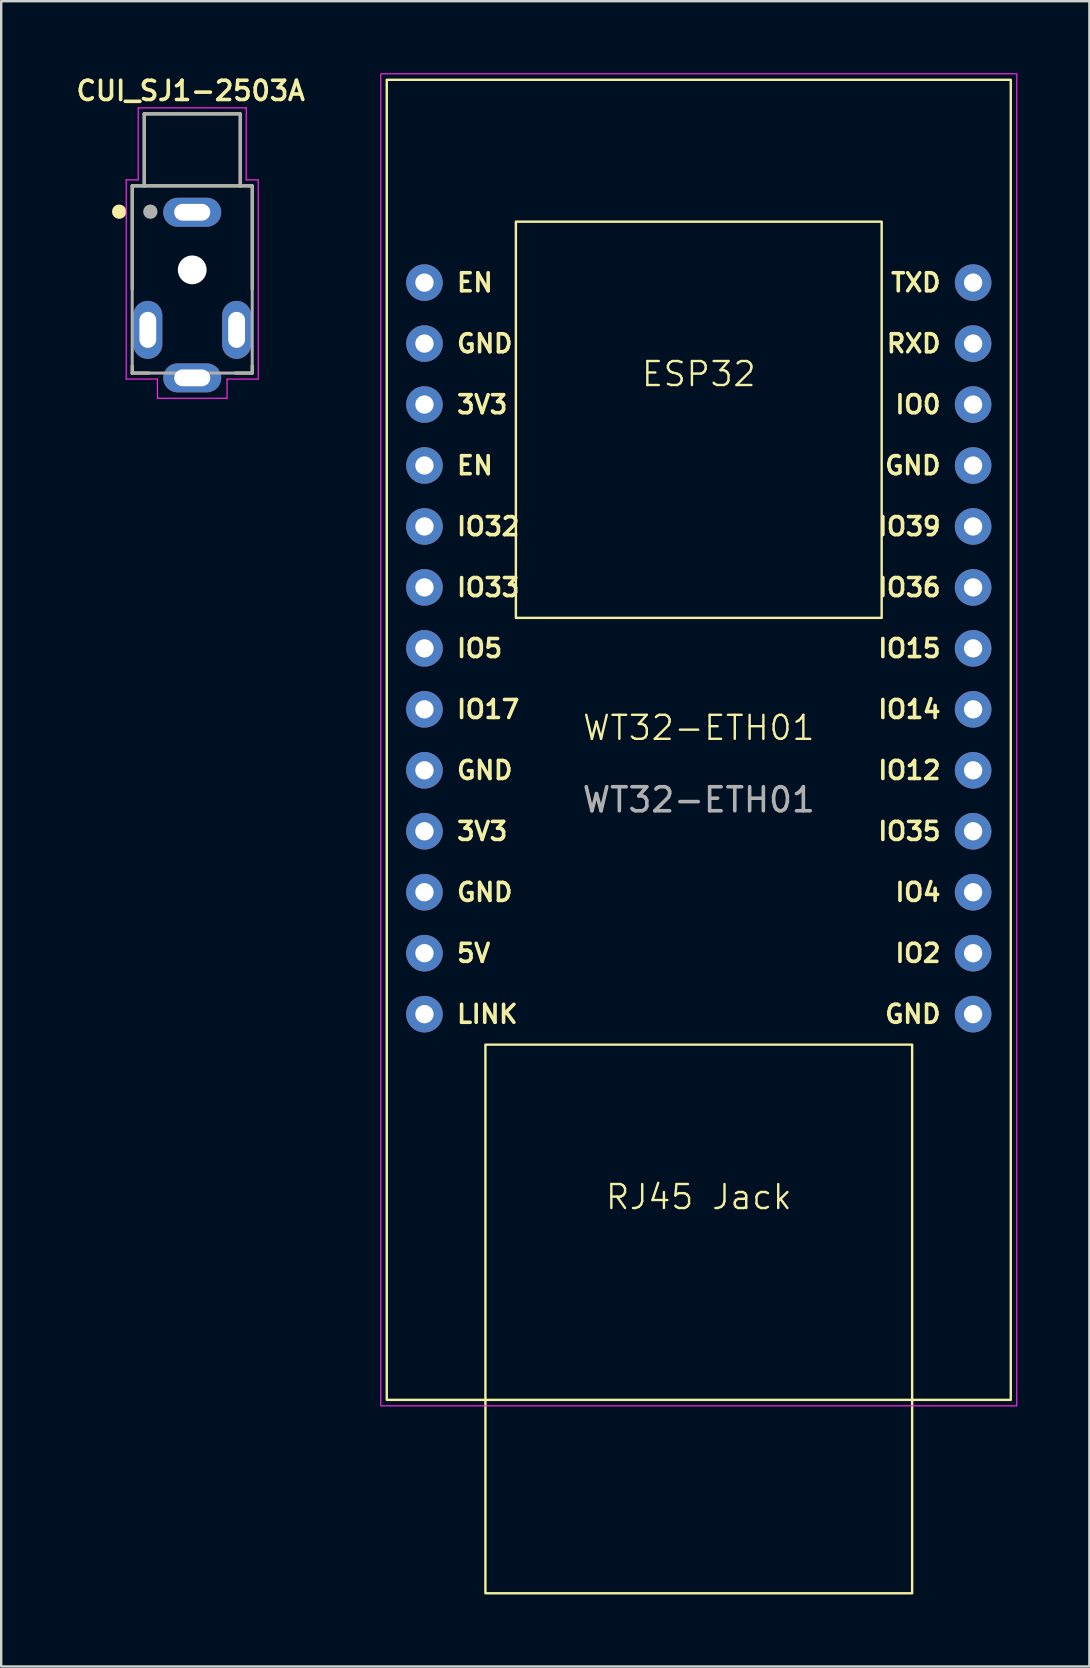
<source format=kicad_pcb>
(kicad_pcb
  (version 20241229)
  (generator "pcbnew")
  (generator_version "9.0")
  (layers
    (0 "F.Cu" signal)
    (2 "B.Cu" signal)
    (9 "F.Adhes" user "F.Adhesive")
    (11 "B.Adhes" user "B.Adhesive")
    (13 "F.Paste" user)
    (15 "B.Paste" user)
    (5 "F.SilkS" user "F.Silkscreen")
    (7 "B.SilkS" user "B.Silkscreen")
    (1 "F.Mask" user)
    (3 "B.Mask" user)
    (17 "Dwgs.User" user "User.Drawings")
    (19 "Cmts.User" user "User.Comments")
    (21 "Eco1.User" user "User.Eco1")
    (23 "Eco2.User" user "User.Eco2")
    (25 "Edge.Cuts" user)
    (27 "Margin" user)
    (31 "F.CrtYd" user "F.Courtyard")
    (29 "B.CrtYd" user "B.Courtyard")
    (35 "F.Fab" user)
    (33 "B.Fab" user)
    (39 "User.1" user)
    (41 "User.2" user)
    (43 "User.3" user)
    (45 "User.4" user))
  (footprint "CUI_SJ1-2503A"
    (layer "F.Cu")
    (at 4.959 5.794)
    (property "Reference" "CUI_SJ1-2503A" (at -0.064 -5.062 0) (layer "F.SilkS") (effects (font (size 0.801 0.801) (thickness 0.15))))
    (attr through_hole)
    (fp_line (start -2.5 -1.1) (end -2 -1.1) (stroke (width 0.127) (type solid)) (layer "F.SilkS"))
    (fp_line (start -2.5 3.2) (end -2.5 -1.1) (stroke (width 0.127) (type solid)) (layer "F.SilkS"))
    (fp_line (start -2.5 6.7) (end -2.5 6.4) (stroke (width 0.127) (type solid)) (layer "F.SilkS"))
    (fp_line (start -2 -4.1) (end -2 -1.1) (stroke (width 0.127) (type solid)) (layer "F.SilkS"))
    (fp_line (start -2 -1.1) (end 2 -1.1) (stroke (width 0.127) (type solid)) (layer "F.SilkS"))
    (fp_line (start -1.8 6.7) (end -2.5 6.7) (stroke (width 0.127) (type solid)) (layer "F.SilkS"))
    (fp_line (start 1.8 6.7) (end 2.5 6.7) (stroke (width 0.127) (type solid)) (layer "F.SilkS"))
    (fp_line (start 2 -4.1) (end -2 -4.1) (stroke (width 0.127) (type solid)) (layer "F.SilkS"))
    (fp_line (start 2 -1.1) (end 2 -4.1) (stroke (width 0.127) (type solid)) (layer "F.SilkS"))
    (fp_line (start 2 -1.1) (end 2.5 -1.1) (stroke (width 0.127) (type solid)) (layer "F.SilkS"))
    (fp_line (start 2.5 -1.1) (end 2.5 3.2) (stroke (width 0.127) (type solid)) (layer "F.SilkS"))
    (fp_line (start 2.5 6.7) (end 2.5 6.4) (stroke (width 0.127) (type solid)) (layer "F.SilkS"))
    (fp_circle (center -3.044 -0.024) (end -2.894 -0.024) (stroke (width 0.3) (type solid)) (fill no) (layer "F.SilkS"))
    (fp_line (start -2.75 -1.35) (end -2.75 6.95) (stroke (width 0.05) (type solid)) (layer "F.CrtYd"))
    (fp_line (start -2.75 6.95) (end -1.45 6.95) (stroke (width 0.05) (type solid)) (layer "F.CrtYd"))
    (fp_line (start -2.25 -4.35) (end -2.25 -1.35) (stroke (width 0.05) (type solid)) (layer "F.CrtYd"))
    (fp_line (start -2.25 -1.35) (end -2.75 -1.35) (stroke (width 0.05) (type solid)) (layer "F.CrtYd"))
    (fp_line (start -1.45 6.95) (end -1.45 7.75) (stroke (width 0.05) (type solid)) (layer "F.CrtYd"))
    (fp_line (start -1.45 7.75) (end 1.45 7.75) (stroke (width 0.05) (type solid)) (layer "F.CrtYd"))
    (fp_line (start 1.45 6.95) (end 2.75 6.95) (stroke (width 0.05) (type solid)) (layer "F.CrtYd"))
    (fp_line (start 1.45 7.75) (end 1.45 6.95) (stroke (width 0.05) (type solid)) (layer "F.CrtYd"))
    (fp_line (start 2.25 -4.35) (end -2.25 -4.35) (stroke (width 0.05) (type solid)) (layer "F.CrtYd"))
    (fp_line (start 2.25 -1.35) (end 2.25 -4.35) (stroke (width 0.05) (type solid)) (layer "F.CrtYd"))
    (fp_line (start 2.75 -1.35) (end 2.25 -1.35) (stroke (width 0.05) (type solid)) (layer "F.CrtYd"))
    (fp_line (start 2.75 6.95) (end 2.75 -1.35) (stroke (width 0.05) (type solid)) (layer "F.CrtYd"))
    (fp_line (start -2.5 -1.1) (end -2 -1.1) (stroke (width 0.127) (type solid)) (layer "F.Fab"))
    (fp_line (start -2.5 6.7) (end -2.5 -1.1) (stroke (width 0.127) (type solid)) (layer "F.Fab"))
    (fp_line (start -2 -4.1) (end -2 -1.1) (stroke (width 0.127) (type solid)) (layer "F.Fab"))
    (fp_line (start -2 -1.1) (end 2 -1.1) (stroke (width 0.127) (type solid)) (layer "F.Fab"))
    (fp_line (start 2 -4.1) (end -2 -4.1) (stroke (width 0.127) (type solid)) (layer "F.Fab"))
    (fp_line (start 2 -1.1) (end 2 -4.1) (stroke (width 0.127) (type solid)) (layer "F.Fab"))
    (fp_line (start 2 -1.1) (end 2.5 -1.1) (stroke (width 0.127) (type solid)) (layer "F.Fab"))
    (fp_line (start 2.5 -1.1) (end 2.5 6.7) (stroke (width 0.127) (type solid)) (layer "F.Fab"))
    (fp_line (start 2.5 6.7) (end -2.5 6.7) (stroke (width 0.127) (type solid)) (layer "F.Fab"))
    (fp_circle (center -1.744 -0.024) (end -1.594 -0.024) (stroke (width 0.3) (type solid)) (fill no) (layer "F.Fab"))
    (pad "" np_thru_hole circle (at 0 2.4) (size 1.2 1.2) (drill 1.2) (layers "*.Cu" "*.Mask"))
    (pad "1" thru_hole oval (at 0 0) (size 2.416 1.208) (drill oval 1.5 0.7) (layers "*.Cu" "*.Mask"))
    (pad "2" thru_hole oval (at -1.85 4.9) (size 1.208 2.416) (drill oval 0.7 1.5) (layers "*.Cu" "*.Mask"))
    (pad "3" thru_hole oval (at 1.85 4.9) (size 1.208 2.416) (drill oval 0.7 1.5) (layers "*.Cu" "*.Mask"))
    (pad "4" thru_hole oval (at 0 6.9) (size 2.416 1.208) (drill oval 1.5 0.7) (layers "*.Cu" "*.Mask")))
  (footprint "WT32-ETH01"
    (layer "F.Cu")
    (at 26.065 27.775)
    (property "Reference" "WT32-ETH01" (at 0 -0.5 0) (unlocked yes) (layer "F.SilkS") (effects (font (size 1 1) (thickness 0.1))))
    (attr through_hole)
    (fp_rect (start -13 -27.5) (end 13 27.5) (stroke (width 0.1) (type default)) (fill no) (layer "F.SilkS"))
    (fp_rect (start -8.89 12.7) (end 8.89 35.56) (stroke (width 0.1) (type default)) (fill no) (layer "F.SilkS"))
    (fp_rect (start -7.62 -21.59) (end 7.62 -5.08) (stroke (width 0.1) (type default)) (fill no) (layer "F.SilkS"))
    (fp_rect (start -13.25 -27.75) (end 13.25 27.75) (stroke (width 0.05) (type default)) (fill no) (layer "F.CrtYd"))
    (fp_text user "IO12" (at 10.16 1.27 0) (unlocked yes) (layer "F.SilkS") (effects (font (size 0.75 0.75) (thickness 0.15) (bold yes)) (justify right)))
    (fp_text user "IO14" (at 10.16 -1.27 0) (unlocked yes) (layer "F.SilkS") (effects (font (size 0.75 0.75) (thickness 0.15) (bold yes)) (justify right)))
    (fp_text user "IO32" (at -10.16 -8.89 0) (unlocked yes) (layer "F.SilkS") (effects (font (size 0.75 0.75) (thickness 0.15) (bold yes)) (justify left)))
    (fp_text user "RXD" (at 10.16 -16.51 0) (unlocked yes) (layer "F.SilkS") (effects (font (size 0.75 0.75) (thickness 0.15) (bold yes)) (justify right)))
    (fp_text user "EN" (at -10.16 -11.43 0) (unlocked yes) (layer "F.SilkS") (effects (font (size 0.75 0.75) (thickness 0.15) (bold yes)) (justify left)))
    (fp_text user "GND" (at 10.16 11.43 0) (unlocked yes) (layer "F.SilkS") (effects (font (size 0.75 0.75) (thickness 0.15) (bold yes)) (justify right)))
    (fp_text user "RJ45 Jack" (at 0 19.05 0) (unlocked yes) (layer "F.SilkS") (effects (font (size 1 1) (thickness 0.1))))
    (fp_text user "ESP32" (at 0 -15.24 0) (unlocked yes) (layer "F.SilkS") (effects (font (size 1 1) (thickness 0.1))))
    (fp_text user "EN" (at -10.16 -19.05 0) (unlocked yes) (layer "F.SilkS") (effects (font (size 0.75 0.75) (thickness 0.15) (bold yes)) (justify left)))
    (fp_text user "GND" (at -10.16 1.27 0) (unlocked yes) (layer "F.SilkS") (effects (font (size 0.75 0.75) (thickness 0.15) (bold yes)) (justify left)))
    (fp_text user "LINK" (at -10.16 11.43 0) (unlocked yes) (layer "F.SilkS") (effects (font (size 0.75 0.75) (thickness 0.15) (bold yes)) (justify left)))
    (fp_text user "IO4" (at 10.16 6.35 0) (unlocked yes) (layer "F.SilkS") (effects (font (size 0.75 0.75) (thickness 0.15) (bold yes)) (justify right)))
    (fp_text user "3V3" (at -10.16 -13.97 0) (unlocked yes) (layer "F.SilkS") (effects (font (size 0.75 0.75) (thickness 0.15) (bold yes)) (justify left)))
    (fp_text user "GND" (at -10.16 6.35 0) (unlocked yes) (layer "F.SilkS") (effects (font (size 0.75 0.75) (thickness 0.15) (bold yes)) (justify left)))
    (fp_text user "IO39" (at 10.16 -8.89 0) (unlocked yes) (layer "F.SilkS") (effects (font (size 0.75 0.75) (thickness 0.15) (bold yes)) (justify right)))
    (fp_text user "3V3" (at -10.16 3.81 0) (unlocked yes) (layer "F.SilkS") (effects (font (size 0.75 0.75) (thickness 0.15) (bold yes)) (justify left)))
    (fp_text user "IO35" (at 10.16 3.81 0) (unlocked yes) (layer "F.SilkS") (effects (font (size 0.75 0.75) (thickness 0.15) (bold yes)) (justify right)))
    (fp_text user "IO33" (at -10.16 -6.35 0) (unlocked yes) (layer "F.SilkS") (effects (font (size 0.75 0.75) (thickness 0.15) (bold yes)) (justify left)))
    (fp_text user "IO2" (at 10.16 8.89 0) (unlocked yes) (layer "F.SilkS") (effects (font (size 0.75 0.75) (thickness 0.15) (bold yes)) (justify right)))
    (fp_text user "IO5" (at -10.16 -3.81 0) (unlocked yes) (layer "F.SilkS") (effects (font (size 0.75 0.75) (thickness 0.15) (bold yes)) (justify left)))
    (fp_text user "IO15" (at 10.16 -3.81 0) (unlocked yes) (layer "F.SilkS") (effects (font (size 0.75 0.75) (thickness 0.15) (bold yes)) (justify right)))
    (fp_text user "IO36" (at 10.16 -6.35 0) (unlocked yes) (layer "F.SilkS") (effects (font (size 0.75 0.75) (thickness 0.15) (bold yes)) (justify right)))
    (fp_text user "GND" (at 10.16 -11.43 0) (unlocked yes) (layer "F.SilkS") (effects (font (size 0.75 0.75) (thickness 0.15) (bold yes)) (justify right)))
    (fp_text user "GND" (at -10.16 -16.51 0) (unlocked yes) (layer "F.SilkS") (effects (font (size 0.75 0.75) (thickness 0.15) (bold yes)) (justify left)))
    (fp_text user "5V" (at -10.16 8.89 0) (unlocked yes) (layer "F.SilkS") (effects (font (size 0.75 0.75) (thickness 0.15) (bold yes)) (justify left)))
    (fp_text user "IO0" (at 10.16 -13.97 0) (unlocked yes) (layer "F.SilkS") (effects (font (size 0.75 0.75) (thickness 0.15) (bold yes)) (justify right)))
    (fp_text user "TXD" (at 10.16 -19.05 0) (unlocked yes) (layer "F.SilkS") (effects (font (size 0.75 0.75) (thickness 0.15) (bold yes)) (justify right)))
    (fp_text user "IO17" (at -10.16 -1.27 0) (unlocked yes) (layer "F.SilkS") (effects (font (size 0.75 0.75) (thickness 0.15) (bold yes)) (justify left)))
    (fp_text user "${REFERENCE}" (at 0 2.5 0) (unlocked yes) (layer "F.Fab") (effects (font (size 1 1) (thickness 0.15))))
    (pad "1" thru_hole circle (at -11.43 -19.05) (size 1.524 1.524) (drill 0.762) (layers "*.Cu" "*.Mask"))
    (pad "2" thru_hole circle (at -11.43 -16.51) (size 1.524 1.524) (drill 0.762) (layers "*.Cu" "*.Mask"))
    (pad "3" thru_hole circle (at -11.43 -13.97) (size 1.524 1.524) (drill 0.762) (layers "*.Cu" "*.Mask"))
    (pad "4" thru_hole circle (at -11.43 -11.43) (size 1.524 1.524) (drill 0.762) (layers "*.Cu" "*.Mask"))
    (pad "5" thru_hole circle (at -11.43 -8.89) (size 1.524 1.524) (drill 0.762) (layers "*.Cu" "*.Mask"))
    (pad "6" thru_hole circle (at -11.43 -6.35) (size 1.524 1.524) (drill 0.762) (layers "*.Cu" "*.Mask"))
    (pad "7" thru_hole circle (at -11.43 -3.81) (size 1.524 1.524) (drill 0.762) (layers "*.Cu" "*.Mask"))
    (pad "8" thru_hole circle (at -11.43 -1.27) (size 1.524 1.524) (drill 0.762) (layers "*.Cu" "*.Mask"))
    (pad "9" thru_hole circle (at -11.43 1.27) (size 1.524 1.524) (drill 0.762) (layers "*.Cu" "*.Mask"))
    (pad "10" thru_hole circle (at -11.43 3.81) (size 1.524 1.524) (drill 0.762) (layers "*.Cu" "*.Mask"))
    (pad "11" thru_hole circle (at -11.43 6.35) (size 1.524 1.524) (drill 0.762) (layers "*.Cu" "*.Mask"))
    (pad "12" thru_hole circle (at -11.43 8.89) (size 1.524 1.524) (drill 0.762) (layers "*.Cu" "*.Mask"))
    (pad "13" thru_hole circle (at -11.43 11.43) (size 1.524 1.524) (drill 0.762) (layers "*.Cu" "*.Mask"))
    (pad "14" thru_hole circle (at 11.43 11.43) (size 1.524 1.524) (drill 0.762) (layers "*.Cu" "*.Mask"))
    (pad "15" thru_hole circle (at 11.43 8.89) (size 1.524 1.524) (drill 0.762) (layers "*.Cu" "*.Mask"))
    (pad "16" thru_hole circle (at 11.43 6.35) (size 1.524 1.524) (drill 0.762) (layers "*.Cu" "*.Mask"))
    (pad "17" thru_hole circle (at 11.43 3.81) (size 1.524 1.524) (drill 0.762) (layers "*.Cu" "*.Mask"))
    (pad "18" thru_hole circle (at 11.43 1.27) (size 1.524 1.524) (drill 0.762) (layers "*.Cu" "*.Mask"))
    (pad "19" thru_hole circle (at 11.43 -1.27) (size 1.524 1.524) (drill 0.762) (layers "*.Cu" "*.Mask"))
    (pad "20" thru_hole circle (at 11.43 -3.81) (size 1.524 1.524) (drill 0.762) (layers "*.Cu" "*.Mask"))
    (pad "21" thru_hole circle (at 11.43 -6.35) (size 1.524 1.524) (drill 0.762) (layers "*.Cu" "*.Mask"))
    (pad "22" thru_hole circle (at 11.43 -8.89) (size 1.524 1.524) (drill 0.762) (layers "*.Cu" "*.Mask"))
    (pad "23" thru_hole circle (at 11.43 -11.43) (size 1.524 1.524) (drill 0.762) (layers "*.Cu" "*.Mask"))
    (pad "24" thru_hole circle (at 11.43 -13.97) (size 1.524 1.524) (drill 0.762) (layers "*.Cu" "*.Mask"))
    (pad "25" thru_hole circle (at 11.43 -16.51) (size 1.524 1.524) (drill 0.762) (layers "*.Cu" "*.Mask"))
    (pad "26" thru_hole circle (at 11.43 -19.05) (size 1.524 1.524) (drill 0.762) (layers "*.Cu" "*.Mask")))
  (gr_rect
    (start -3 -3)
    (end 42.34 66.385)
    (stroke (width 0.1) (type default))
    (fill no)
    (layer "Edge.Cuts")))
</source>
